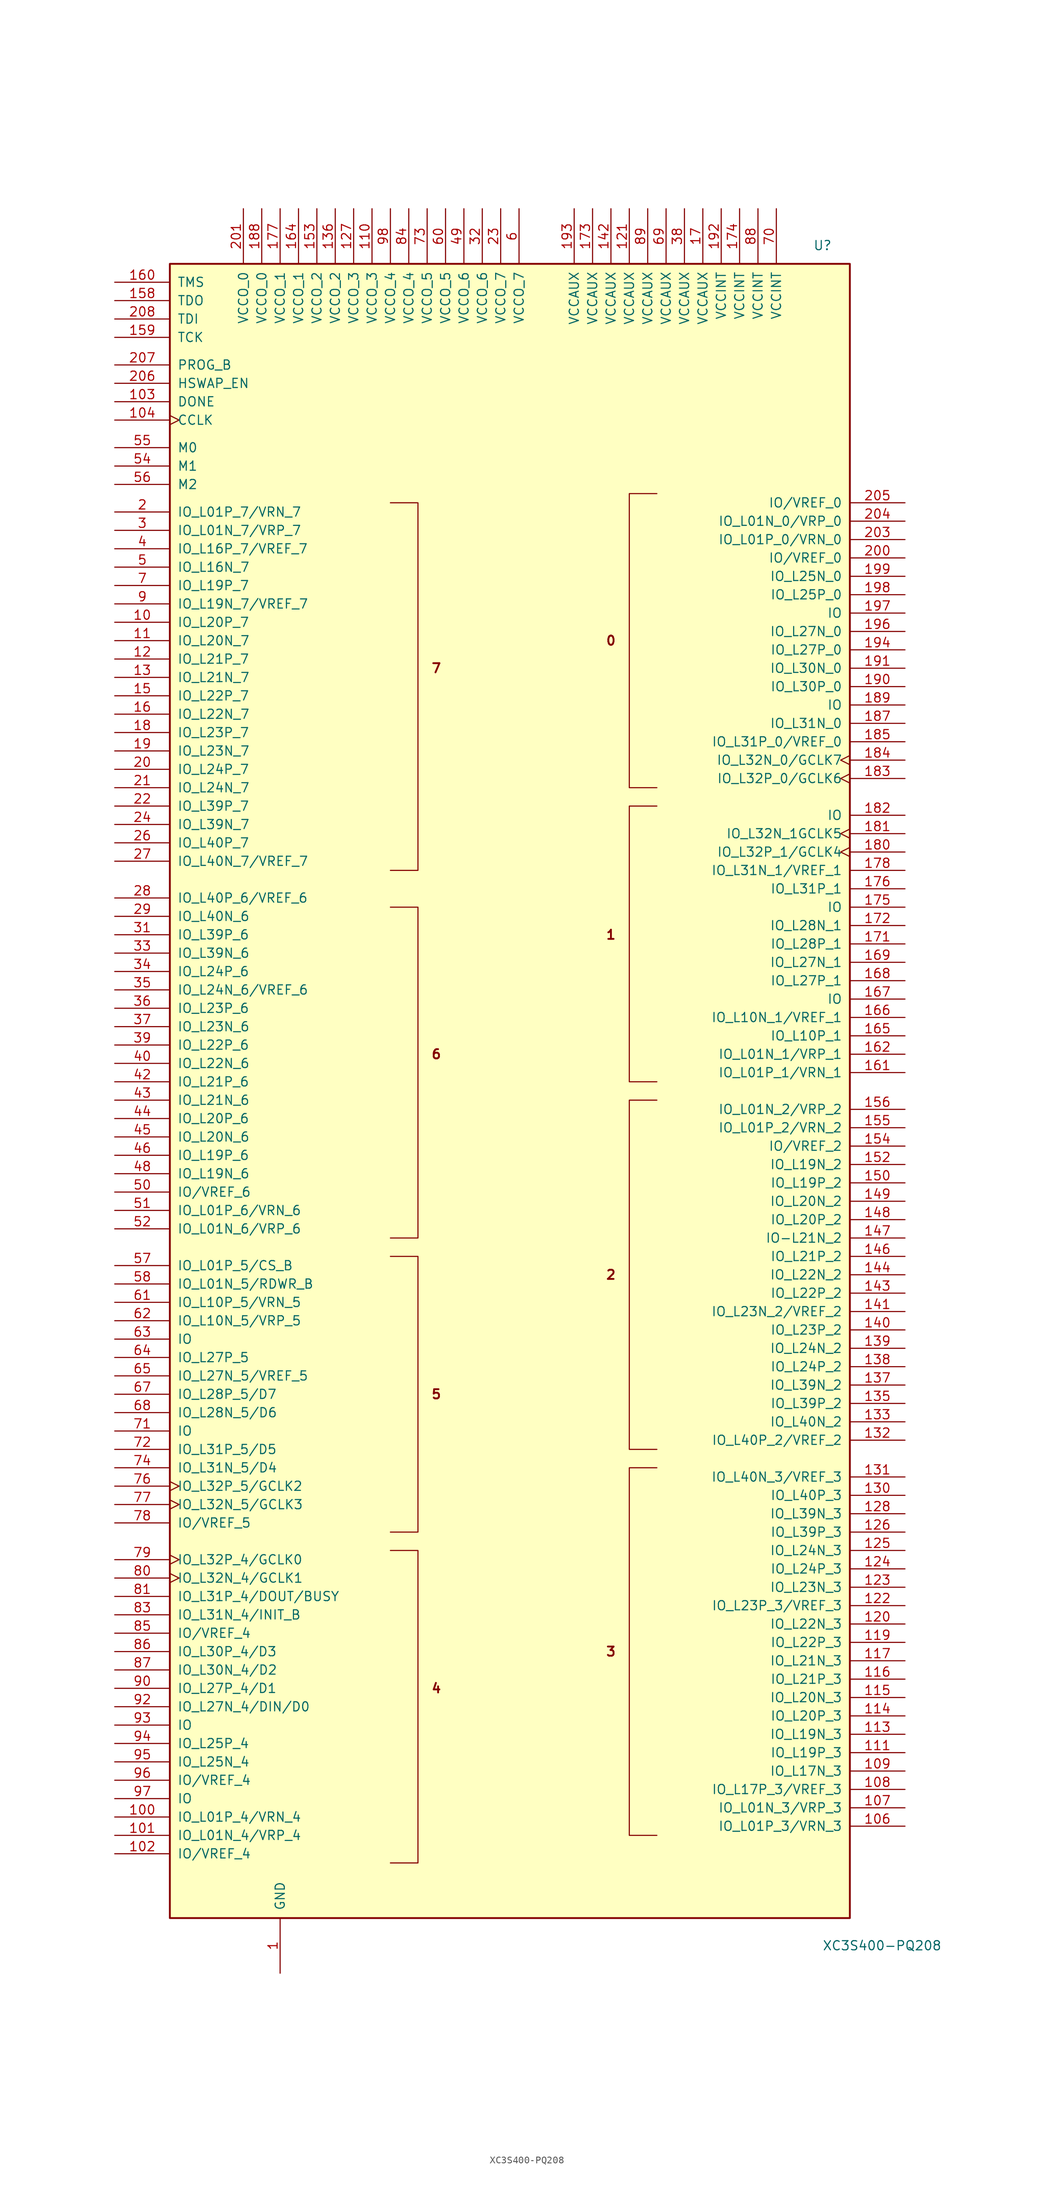
<source format=kicad_sym>
(kicad_symbol_lib
  (version 20241209)
  (generator "kicad_symbol_editor")
  (generator_version "9.0")
  (symbol "XC3S400-PQ208"
    (pin_names
      (offset 1.016))
    (property "Reference" "U"
      (at 41.91 116.84 0)
      (effects (font (size 1.27 1.27)) (justify left)))
    (property "Value" "XC3S400-PQ208"
      (at 43.18 -118.11 0)
      (effects (font (size 1.27 1.27)) (justify left)))
    (symbol "XC3S400-PQ208_0_0"
      (text "7" (at -10.16 58.42 0) (effects (font (size 1.27 1.27) (bold yes))))
      (text "6" (at -10.16 5.08 0) (effects (font (size 1.27 1.27) (bold yes))))
      (text "5" (at -10.16 -41.91 0) (effects (font (size 1.27 1.27) (bold yes))))
      (text "4" (at -10.16 -82.55 0) (effects (font (size 1.27 1.27) (bold yes))))
      (text "0" (at 13.97 62.23 0) (effects (font (size 1.27 1.27) (bold yes))))
      (text "1" (at 13.97 21.59 0) (effects (font (size 1.27 1.27) (bold yes))))
      (text "2" (at 13.97 -25.4 0) (effects (font (size 1.27 1.27) (bold yes))))
      (text "3" (at 13.97 -77.47 0) (effects (font (size 1.27 1.27) (bold yes)))))
    (symbol "XC3S400-PQ208_0_1"
      (rectangle (start -46.99 114.3) (end 46.99 -114.3) (stroke (width 0.254) (type default)) (fill (type background)))
      (polyline (pts (xy -16.51 30.48) (xy -12.7 30.48) (xy -12.7 81.28) (xy -16.51 81.28) (xy -16.51 81.28)) (stroke (width 0) (type default)) (fill (type none)))
      (polyline (pts (xy -16.51 -20.32) (xy -12.7 -20.32) (xy -12.7 25.4) (xy -16.51 25.4) (xy -16.51 25.4)) (stroke (width 0) (type default)) (fill (type none)))
      (polyline (pts (xy -16.51 -60.96) (xy -12.7 -60.96) (xy -12.7 -22.86) (xy -16.51 -22.86) (xy -16.51 -22.86)) (stroke (width 0) (type default)) (fill (type none)))
      (polyline (pts (xy -16.51 -63.5) (xy -12.7 -63.5) (xy -12.7 -106.68) (xy -16.51 -106.68) (xy -15.24 -106.68)) (stroke (width 0) (type default)) (fill (type none)))
      (polyline (pts (xy 20.32 82.55) (xy 16.51 82.55) (xy 16.51 41.91) (xy 20.32 41.91) (xy 20.32 41.91)) (stroke (width 0) (type default)) (fill (type none)))
      (polyline (pts (xy 20.32 39.37) (xy 16.51 39.37) (xy 16.51 1.27) (xy 20.32 1.27) (xy 20.32 1.27)) (stroke (width 0) (type default)) (fill (type none)))
      (polyline (pts (xy 20.32 -1.27) (xy 16.51 -1.27) (xy 16.51 -49.53) (xy 20.32 -49.53) (xy 20.32 -49.53)) (stroke (width 0) (type default)) (fill (type none)))
      (polyline (pts (xy 20.32 -52.07) (xy 16.51 -52.07) (xy 16.51 -102.87) (xy 20.32 -102.87) (xy 20.32 -102.87)) (stroke (width 0) (type default)) (fill (type none))))
    (symbol "XC3S400-PQ208_1_1"
      (pin bidirectional line (at -54.61 111.76 0) (length 7.62) (name "TMS" (effects (font (size 1.27 1.27)))) (number "160" (effects (font (size 1.27 1.27)))))
      (pin bidirectional line (at -54.61 109.22 0) (length 7.62) (name "TDO" (effects (font (size 1.27 1.27)))) (number "158" (effects (font (size 1.27 1.27)))))
      (pin bidirectional line (at -54.61 106.68 0) (length 7.62) (name "TDI" (effects (font (size 1.27 1.27)))) (number "208" (effects (font (size 1.27 1.27)))))
      (pin bidirectional line (at -54.61 104.14 0) (length 7.62) (name "TCK" (effects (font (size 1.27 1.27)))) (number "159" (effects (font (size 1.27 1.27)))))
      (pin input line (at -54.61 100.33 0) (length 7.62) (name "PROG_B" (effects (font (size 1.27 1.27)))) (number "207" (effects (font (size 1.27 1.27)))))
      (pin input line (at -54.61 97.79 0) (length 7.62) (name "HSWAP_EN" (effects (font (size 1.27 1.27)))) (number "206" (effects (font (size 1.27 1.27)))))
      (pin bidirectional line (at -54.61 95.25 0) (length 7.62) (name "DONE" (effects (font (size 1.27 1.27)))) (number "103" (effects (font (size 1.27 1.27)))))
      (pin bidirectional clock (at -54.61 92.71 0) (length 7.62) (name "CCLK" (effects (font (size 1.27 1.27)))) (number "104" (effects (font (size 1.27 1.27)))))
      (pin input line (at -54.61 88.9 0) (length 7.62) (name "M0" (effects (font (size 1.27 1.27)))) (number "55" (effects (font (size 1.27 1.27)))))
      (pin input line (at -54.61 86.36 0) (length 7.62) (name "M1" (effects (font (size 1.27 1.27)))) (number "54" (effects (font (size 1.27 1.27)))))
      (pin input line (at -54.61 83.82 0) (length 7.62) (name "M2" (effects (font (size 1.27 1.27)))) (number "56" (effects (font (size 1.27 1.27)))))
      (pin bidirectional line (at -54.61 80.01 0) (length 7.62) (name "IO_L01P_7/VRN_7" (effects (font (size 1.27 1.27)))) (number "2" (effects (font (size 1.27 1.27)))))
      (pin bidirectional line (at -54.61 77.47 0) (length 7.62) (name "IO_L01N_7/VRP_7" (effects (font (size 1.27 1.27)))) (number "3" (effects (font (size 1.27 1.27)))))
      (pin bidirectional line (at -54.61 74.93 0) (length 7.62) (name "IO_L16P_7/VREF_7" (effects (font (size 1.27 1.27)))) (number "4" (effects (font (size 1.27 1.27)))))
      (pin bidirectional line (at -54.61 72.39 0) (length 7.62) (name "IO_L16N_7" (effects (font (size 1.27 1.27)))) (number "5" (effects (font (size 1.27 1.27)))))
      (pin bidirectional line (at -54.61 69.85 0) (length 7.62) (name "IO_L19P_7" (effects (font (size 1.27 1.27)))) (number "7" (effects (font (size 1.27 1.27)))))
      (pin bidirectional line (at -54.61 67.31 0) (length 7.62) (name "IO_L19N_7/VREF_7" (effects (font (size 1.27 1.27)))) (number "9" (effects (font (size 1.27 1.27)))))
      (pin bidirectional line (at -54.61 64.77 0) (length 7.62) (name "IO_L20P_7" (effects (font (size 1.27 1.27)))) (number "10" (effects (font (size 1.27 1.27)))))
      (pin bidirectional line (at -54.61 62.23 0) (length 7.62) (name "IO_L20N_7" (effects (font (size 1.27 1.27)))) (number "11" (effects (font (size 1.27 1.27)))))
      (pin bidirectional line (at -54.61 59.69 0) (length 7.62) (name "IO_L21P_7" (effects (font (size 1.27 1.27)))) (number "12" (effects (font (size 1.27 1.27)))))
      (pin bidirectional line (at -54.61 57.15 0) (length 7.62) (name "IO_L21N_7" (effects (font (size 1.27 1.27)))) (number "13" (effects (font (size 1.27 1.27)))))
      (pin bidirectional line (at -54.61 54.61 0) (length 7.62) (name "IO_L22P_7" (effects (font (size 1.27 1.27)))) (number "15" (effects (font (size 1.27 1.27)))))
      (pin bidirectional line (at -54.61 52.07 0) (length 7.62) (name "IO_L22N_7" (effects (font (size 1.27 1.27)))) (number "16" (effects (font (size 1.27 1.27)))))
      (pin bidirectional line (at -54.61 49.53 0) (length 7.62) (name "IO_L23P_7" (effects (font (size 1.27 1.27)))) (number "18" (effects (font (size 1.27 1.27)))))
      (pin bidirectional line (at -54.61 46.99 0) (length 7.62) (name "IO_L23N_7" (effects (font (size 1.27 1.27)))) (number "19" (effects (font (size 1.27 1.27)))))
      (pin bidirectional line (at -54.61 44.45 0) (length 7.62) (name "IO_L24P_7" (effects (font (size 1.27 1.27)))) (number "20" (effects (font (size 1.27 1.27)))))
      (pin bidirectional line (at -54.61 41.91 0) (length 7.62) (name "IO_L24N_7" (effects (font (size 1.27 1.27)))) (number "21" (effects (font (size 1.27 1.27)))))
      (pin bidirectional line (at -54.61 39.37 0) (length 7.62) (name "IO_L39P_7" (effects (font (size 1.27 1.27)))) (number "22" (effects (font (size 1.27 1.27)))))
      (pin bidirectional line (at -54.61 36.83 0) (length 7.62) (name "IO_L39N_7" (effects (font (size 1.27 1.27)))) (number "24" (effects (font (size 1.27 1.27)))))
      (pin bidirectional line (at -54.61 34.29 0) (length 7.62) (name "IO_L40P_7" (effects (font (size 1.27 1.27)))) (number "26" (effects (font (size 1.27 1.27)))))
      (pin bidirectional line (at -54.61 31.75 0) (length 7.62) (name "IO_L40N_7/VREF_7" (effects (font (size 1.27 1.27)))) (number "27" (effects (font (size 1.27 1.27)))))
      (pin bidirectional line (at -54.61 26.67 0) (length 7.62) (name "IO_L40P_6/VREF_6" (effects (font (size 1.27 1.27)))) (number "28" (effects (font (size 1.27 1.27)))))
      (pin bidirectional line (at -54.61 24.13 0) (length 7.62) (name "IO_L40N_6" (effects (font (size 1.27 1.27)))) (number "29" (effects (font (size 1.27 1.27)))))
      (pin bidirectional line (at -54.61 21.59 0) (length 7.62) (name "IO_L39P_6" (effects (font (size 1.27 1.27)))) (number "31" (effects (font (size 1.27 1.27)))))
      (pin bidirectional line (at -54.61 19.05 0) (length 7.62) (name "IO_L39N_6" (effects (font (size 1.27 1.27)))) (number "33" (effects (font (size 1.27 1.27)))))
      (pin bidirectional line (at -54.61 16.51 0) (length 7.62) (name "IO_L24P_6" (effects (font (size 1.27 1.27)))) (number "34" (effects (font (size 1.27 1.27)))))
      (pin bidirectional line (at -54.61 13.97 0) (length 7.62) (name "IO_L24N_6/VREF_6" (effects (font (size 1.27 1.27)))) (number "35" (effects (font (size 1.27 1.27)))))
      (pin bidirectional line (at -54.61 11.43 0) (length 7.62) (name "IO_L23P_6" (effects (font (size 1.27 1.27)))) (number "36" (effects (font (size 1.27 1.27)))))
      (pin bidirectional line (at -54.61 8.89 0) (length 7.62) (name "IO_L23N_6" (effects (font (size 1.27 1.27)))) (number "37" (effects (font (size 1.27 1.27)))))
      (pin bidirectional line (at -54.61 6.35 0) (length 7.62) (name "IO_L22P_6" (effects (font (size 1.27 1.27)))) (number "39" (effects (font (size 1.27 1.27)))))
      (pin bidirectional line (at -54.61 3.81 0) (length 7.62) (name "IO_L22N_6" (effects (font (size 1.27 1.27)))) (number "40" (effects (font (size 1.27 1.27)))))
      (pin bidirectional line (at -54.61 1.27 0) (length 7.62) (name "IO_L21P_6" (effects (font (size 1.27 1.27)))) (number "42" (effects (font (size 1.27 1.27)))))
      (pin bidirectional line (at -54.61 -1.27 0) (length 7.62) (name "IO_L21N_6" (effects (font (size 1.27 1.27)))) (number "43" (effects (font (size 1.27 1.27)))))
      (pin bidirectional line (at -54.61 -3.81 0) (length 7.62) (name "IO_L20P_6" (effects (font (size 1.27 1.27)))) (number "44" (effects (font (size 1.27 1.27)))))
      (pin bidirectional line (at -54.61 -6.35 0) (length 7.62) (name "IO_L20N_6" (effects (font (size 1.27 1.27)))) (number "45" (effects (font (size 1.27 1.27)))))
      (pin bidirectional line (at -54.61 -8.89 0) (length 7.62) (name "IO_L19P_6" (effects (font (size 1.27 1.27)))) (number "46" (effects (font (size 1.27 1.27)))))
      (pin bidirectional line (at -54.61 -11.43 0) (length 7.62) (name "IO_L19N_6" (effects (font (size 1.27 1.27)))) (number "48" (effects (font (size 1.27 1.27)))))
      (pin bidirectional line (at -54.61 -13.97 0) (length 7.62) (name "IO/VREF_6" (effects (font (size 1.27 1.27)))) (number "50" (effects (font (size 1.27 1.27)))))
      (pin bidirectional line (at -54.61 -16.51 0) (length 7.62) (name "IO_L01P_6/VRN_6" (effects (font (size 1.27 1.27)))) (number "51" (effects (font (size 1.27 1.27)))))
      (pin bidirectional line (at -54.61 -19.05 0) (length 7.62) (name "IO_L01N_6/VRP_6" (effects (font (size 1.27 1.27)))) (number "52" (effects (font (size 1.27 1.27)))))
      (pin bidirectional line (at -54.61 -24.13 0) (length 7.62) (name "IO_L01P_5/CS_B" (effects (font (size 1.27 1.27)))) (number "57" (effects (font (size 1.27 1.27)))))
      (pin bidirectional line (at -54.61 -26.67 0) (length 7.62) (name "IO_L01N_5/RDWR_B" (effects (font (size 1.27 1.27)))) (number "58" (effects (font (size 1.27 1.27)))))
      (pin bidirectional line (at -54.61 -29.21 0) (length 7.62) (name "IO_L10P_5/VRN_5" (effects (font (size 1.27 1.27)))) (number "61" (effects (font (size 1.27 1.27)))))
      (pin bidirectional line (at -54.61 -31.75 0) (length 7.62) (name "IO_L10N_5/VRP_5" (effects (font (size 1.27 1.27)))) (number "62" (effects (font (size 1.27 1.27)))))
      (pin bidirectional line (at -54.61 -34.29 0) (length 7.62) (name "IO" (effects (font (size 1.27 1.27)))) (number "63" (effects (font (size 1.27 1.27)))))
      (pin bidirectional line (at -54.61 -36.83 0) (length 7.62) (name "IO_L27P_5" (effects (font (size 1.27 1.27)))) (number "64" (effects (font (size 1.27 1.27)))))
      (pin bidirectional line (at -54.61 -39.37 0) (length 7.62) (name "IO_L27N_5/VREF_5" (effects (font (size 1.27 1.27)))) (number "65" (effects (font (size 1.27 1.27)))))
      (pin bidirectional line (at -54.61 -41.91 0) (length 7.62) (name "IO_L28P_5/D7" (effects (font (size 1.27 1.27)))) (number "67" (effects (font (size 1.27 1.27)))))
      (pin bidirectional line (at -54.61 -44.45 0) (length 7.62) (name "IO_L28N_5/D6" (effects (font (size 1.27 1.27)))) (number "68" (effects (font (size 1.27 1.27)))))
      (pin bidirectional line (at -54.61 -46.99 0) (length 7.62) (name "IO" (effects (font (size 1.27 1.27)))) (number "71" (effects (font (size 1.27 1.27)))))
      (pin bidirectional line (at -54.61 -49.53 0) (length 7.62) (name "IO_L31P_5/D5" (effects (font (size 1.27 1.27)))) (number "72" (effects (font (size 1.27 1.27)))))
      (pin bidirectional line (at -54.61 -52.07 0) (length 7.62) (name "IO_L31N_5/D4" (effects (font (size 1.27 1.27)))) (number "74" (effects (font (size 1.27 1.27)))))
      (pin bidirectional clock (at -54.61 -54.61 0) (length 7.62) (name "IO_L32P_5/GCLK2" (effects (font (size 1.27 1.27)))) (number "76" (effects (font (size 1.27 1.27)))))
      (pin bidirectional clock (at -54.61 -57.15 0) (length 7.62) (name "IO_L32N_5/GCLK3" (effects (font (size 1.27 1.27)))) (number "77" (effects (font (size 1.27 1.27)))))
      (pin bidirectional line (at -54.61 -59.69 0) (length 7.62) (name "IO/VREF_5" (effects (font (size 1.27 1.27)))) (number "78" (effects (font (size 1.27 1.27)))))
      (pin bidirectional clock (at -54.61 -64.77 0) (length 7.62) (name "IO_L32P_4/GCLK0" (effects (font (size 1.27 1.27)))) (number "79" (effects (font (size 1.27 1.27)))))
      (pin bidirectional clock (at -54.61 -67.31 0) (length 7.62) (name "IO_L32N_4/GCLK1" (effects (font (size 1.27 1.27)))) (number "80" (effects (font (size 1.27 1.27)))))
      (pin bidirectional line (at -54.61 -69.85 0) (length 7.62) (name "IO_L31P_4/DOUT/BUSY" (effects (font (size 1.27 1.27)))) (number "81" (effects (font (size 1.27 1.27)))))
      (pin bidirectional line (at -54.61 -72.39 0) (length 7.62) (name "IO_L31N_4/INIT_B" (effects (font (size 1.27 1.27)))) (number "83" (effects (font (size 1.27 1.27)))))
      (pin bidirectional line (at -54.61 -74.93 0) (length 7.62) (name "IO/VREF_4" (effects (font (size 1.27 1.27)))) (number "85" (effects (font (size 1.27 1.27)))))
      (pin bidirectional line (at -54.61 -77.47 0) (length 7.62) (name "IO_L30P_4/D3" (effects (font (size 1.27 1.27)))) (number "86" (effects (font (size 1.27 1.27)))))
      (pin bidirectional line (at -54.61 -80.01 0) (length 7.62) (name "IO_L30N_4/D2" (effects (font (size 1.27 1.27)))) (number "87" (effects (font (size 1.27 1.27)))))
      (pin bidirectional line (at -54.61 -82.55 0) (length 7.62) (name "IO_L27P_4/D1" (effects (font (size 1.27 1.27)))) (number "90" (effects (font (size 1.27 1.27)))))
      (pin bidirectional line (at -54.61 -85.09 0) (length 7.62) (name "IO_L27N_4/DIN/D0" (effects (font (size 1.27 1.27)))) (number "92" (effects (font (size 1.27 1.27)))))
      (pin bidirectional line (at -54.61 -87.63 0) (length 7.62) (name "IO" (effects (font (size 1.27 1.27)))) (number "93" (effects (font (size 1.27 1.27)))))
      (pin bidirectional line (at -54.61 -90.17 0) (length 7.62) (name "IO_L25P_4" (effects (font (size 1.27 1.27)))) (number "94" (effects (font (size 1.27 1.27)))))
      (pin bidirectional line (at -54.61 -92.71 0) (length 7.62) (name "IO_L25N_4" (effects (font (size 1.27 1.27)))) (number "95" (effects (font (size 1.27 1.27)))))
      (pin bidirectional line (at -54.61 -95.25 0) (length 7.62) (name "IO/VREF_4" (effects (font (size 1.27 1.27)))) (number "96" (effects (font (size 1.27 1.27)))))
      (pin bidirectional line (at -54.61 -97.79 0) (length 7.62) (name "IO" (effects (font (size 1.27 1.27)))) (number "97" (effects (font (size 1.27 1.27)))))
      (pin bidirectional line (at -54.61 -100.33 0) (length 7.62) (name "IO_L01P_4/VRN_4" (effects (font (size 1.27 1.27)))) (number "100" (effects (font (size 1.27 1.27)))))
      (pin bidirectional line (at -54.61 -102.87 0) (length 7.62) (name "IO_L01N_4/VRP_4" (effects (font (size 1.27 1.27)))) (number "101" (effects (font (size 1.27 1.27)))))
      (pin bidirectional line (at -54.61 -105.41 0) (length 7.62) (name "IO/VREF_4" (effects (font (size 1.27 1.27)))) (number "102" (effects (font (size 1.27 1.27)))))
      (pin power_in line (at -36.83 121.92 270) (length 7.62) (name "VCCO_0" (effects (font (size 1.27 1.27)))) (number "201" (effects (font (size 1.27 1.27)))))
      (pin power_in line (at -34.29 121.92 270) (length 7.62) (name "VCCO_0" (effects (font (size 1.27 1.27)))) (number "188" (effects (font (size 1.27 1.27)))))
      (pin power_in line (at -31.75 121.92 270) (length 7.62) (name "VCCO_1" (effects (font (size 1.27 1.27)))) (number "177" (effects (font (size 1.27 1.27)))))
      (pin power_in line (at -31.75 -121.92 90) (length 7.62) (name "GND" (effects (font (size 1.27 1.27)))) (number "1" (effects (font (size 1.27 1.27)))))
      (pin passive line (at -31.75 -121.92 90) (length 7.62) (hide yes) (name "GND" (effects (font (size 1.27 1.27)))) (number "105" (effects (font (size 1.27 1.27)))))
      (pin passive line (at -31.75 -121.92 90) (length 7.62) (hide yes) (name "GND" (effects (font (size 1.27 1.27)))) (number "112" (effects (font (size 1.27 1.27)))))
      (pin passive line (at -31.75 -121.92 90) (length 7.62) (hide yes) (name "GND" (effects (font (size 1.27 1.27)))) (number "118" (effects (font (size 1.27 1.27)))))
      (pin passive line (at -31.75 -121.92 90) (length 7.62) (hide yes) (name "GND" (effects (font (size 1.27 1.27)))) (number "129" (effects (font (size 1.27 1.27)))))
      (pin passive line (at -31.75 -121.92 90) (length 7.62) (hide yes) (name "GND" (effects (font (size 1.27 1.27)))) (number "134" (effects (font (size 1.27 1.27)))))
      (pin passive line (at -31.75 -121.92 90) (length 7.62) (hide yes) (name "GND" (effects (font (size 1.27 1.27)))) (number "14" (effects (font (size 1.27 1.27)))))
      (pin passive line (at -31.75 -121.92 90) (length 7.62) (hide yes) (name "GND" (effects (font (size 1.27 1.27)))) (number "145" (effects (font (size 1.27 1.27)))))
      (pin passive line (at -31.75 -121.92 90) (length 7.62) (hide yes) (name "GND" (effects (font (size 1.27 1.27)))) (number "151" (effects (font (size 1.27 1.27)))))
      (pin passive line (at -31.75 -121.92 90) (length 7.62) (hide yes) (name "GND" (effects (font (size 1.27 1.27)))) (number "157" (effects (font (size 1.27 1.27)))))
      (pin passive line (at -31.75 -121.92 90) (length 7.62) (hide yes) (name "GND" (effects (font (size 1.27 1.27)))) (number "163" (effects (font (size 1.27 1.27)))))
      (pin passive line (at -31.75 -121.92 90) (length 7.62) (hide yes) (name "GND" (effects (font (size 1.27 1.27)))) (number "170" (effects (font (size 1.27 1.27)))))
      (pin passive line (at -31.75 -121.92 90) (length 7.62) (hide yes) (name "GND" (effects (font (size 1.27 1.27)))) (number "179" (effects (font (size 1.27 1.27)))))
      (pin passive line (at -31.75 -121.92 90) (length 7.62) (hide yes) (name "GND" (effects (font (size 1.27 1.27)))) (number "186" (effects (font (size 1.27 1.27)))))
      (pin passive line (at -31.75 -121.92 90) (length 7.62) (hide yes) (name "GND" (effects (font (size 1.27 1.27)))) (number "195" (effects (font (size 1.27 1.27)))))
      (pin passive line (at -31.75 -121.92 90) (length 7.62) (hide yes) (name "GND" (effects (font (size 1.27 1.27)))) (number "202" (effects (font (size 1.27 1.27)))))
      (pin passive line (at -31.75 -121.92 90) (length 7.62) (hide yes) (name "GND" (effects (font (size 1.27 1.27)))) (number "25" (effects (font (size 1.27 1.27)))))
      (pin passive line (at -31.75 -121.92 90) (length 7.62) (hide yes) (name "GND" (effects (font (size 1.27 1.27)))) (number "30" (effects (font (size 1.27 1.27)))))
      (pin passive line (at -31.75 -121.92 90) (length 7.62) (hide yes) (name "GND" (effects (font (size 1.27 1.27)))) (number "41" (effects (font (size 1.27 1.27)))))
      (pin passive line (at -31.75 -121.92 90) (length 7.62) (hide yes) (name "GND" (effects (font (size 1.27 1.27)))) (number "47" (effects (font (size 1.27 1.27)))))
      (pin passive line (at -31.75 -121.92 90) (length 7.62) (hide yes) (name "GND" (effects (font (size 1.27 1.27)))) (number "53" (effects (font (size 1.27 1.27)))))
      (pin passive line (at -31.75 -121.92 90) (length 7.62) (hide yes) (name "GND" (effects (font (size 1.27 1.27)))) (number "59" (effects (font (size 1.27 1.27)))))
      (pin passive line (at -31.75 -121.92 90) (length 7.62) (hide yes) (name "GND" (effects (font (size 1.27 1.27)))) (number "66" (effects (font (size 1.27 1.27)))))
      (pin passive line (at -31.75 -121.92 90) (length 7.62) (hide yes) (name "GND" (effects (font (size 1.27 1.27)))) (number "75" (effects (font (size 1.27 1.27)))))
      (pin passive line (at -31.75 -121.92 90) (length 7.62) (hide yes) (name "GND" (effects (font (size 1.27 1.27)))) (number "8" (effects (font (size 1.27 1.27)))))
      (pin passive line (at -31.75 -121.92 90) (length 7.62) (hide yes) (name "GND" (effects (font (size 1.27 1.27)))) (number "82" (effects (font (size 1.27 1.27)))))
      (pin passive line (at -31.75 -121.92 90) (length 7.62) (hide yes) (name "GND" (effects (font (size 1.27 1.27)))) (number "91" (effects (font (size 1.27 1.27)))))
      (pin passive line (at -31.75 -121.92 90) (length 7.62) (hide yes) (name "GND" (effects (font (size 1.27 1.27)))) (number "99" (effects (font (size 1.27 1.27)))))
      (pin power_in line (at -29.21 121.92 270) (length 7.62) (name "VCCO_1" (effects (font (size 1.27 1.27)))) (number "164" (effects (font (size 1.27 1.27)))))
      (pin power_in line (at -26.67 121.92 270) (length 7.62) (name "VCCO_2" (effects (font (size 1.27 1.27)))) (number "153" (effects (font (size 1.27 1.27)))))
      (pin power_in line (at -24.13 121.92 270) (length 7.62) (name "VCCO_2" (effects (font (size 1.27 1.27)))) (number "136" (effects (font (size 1.27 1.27)))))
      (pin power_in line (at -21.59 121.92 270) (length 7.62) (name "VCCO_3" (effects (font (size 1.27 1.27)))) (number "127" (effects (font (size 1.27 1.27)))))
      (pin power_in line (at -19.05 121.92 270) (length 7.62) (name "VCCO_3" (effects (font (size 1.27 1.27)))) (number "110" (effects (font (size 1.27 1.27)))))
      (pin power_in line (at -16.51 121.92 270) (length 7.62) (name "VCCO_4" (effects (font (size 1.27 1.27)))) (number "98" (effects (font (size 1.27 1.27)))))
      (pin power_in line (at -13.97 121.92 270) (length 7.62) (name "VCCO_4" (effects (font (size 1.27 1.27)))) (number "84" (effects (font (size 1.27 1.27)))))
      (pin power_in line (at -11.43 121.92 270) (length 7.62) (name "VCCO_5" (effects (font (size 1.27 1.27)))) (number "73" (effects (font (size 1.27 1.27)))))
      (pin power_in line (at -8.89 121.92 270) (length 7.62) (name "VCCO_5" (effects (font (size 1.27 1.27)))) (number "60" (effects (font (size 1.27 1.27)))))
      (pin passive line (at -6.35 121.92 270) (length 7.62) (name "VCCO_6" (effects (font (size 1.27 1.27)))) (number "49" (effects (font (size 1.27 1.27)))))
      (pin power_in line (at -3.81 121.92 270) (length 7.62) (name "VCCO_6" (effects (font (size 1.27 1.27)))) (number "32" (effects (font (size 1.27 1.27)))))
      (pin power_in line (at -1.27 121.92 270) (length 7.62) (name "VCCO_7" (effects (font (size 1.27 1.27)))) (number "23" (effects (font (size 1.27 1.27)))))
      (pin power_in line (at 1.27 121.92 270) (length 7.62) (name "VCCO_7" (effects (font (size 1.27 1.27)))) (number "6" (effects (font (size 1.27 1.27)))))
      (pin power_in line (at 8.89 121.92 270) (length 7.62) (name "VCCAUX" (effects (font (size 1.27 1.27)))) (number "193" (effects (font (size 1.27 1.27)))))
      (pin power_in line (at 11.43 121.92 270) (length 7.62) (name "VCCAUX" (effects (font (size 1.27 1.27)))) (number "173" (effects (font (size 1.27 1.27)))))
      (pin power_in line (at 13.97 121.92 270) (length 7.62) (name "VCCAUX" (effects (font (size 1.27 1.27)))) (number "142" (effects (font (size 1.27 1.27)))))
      (pin power_in line (at 16.51 121.92 270) (length 7.62) (name "VCCAUX" (effects (font (size 1.27 1.27)))) (number "121" (effects (font (size 1.27 1.27)))))
      (pin power_in line (at 19.05 121.92 270) (length 7.62) (name "VCCAUX" (effects (font (size 1.27 1.27)))) (number "89" (effects (font (size 1.27 1.27)))))
      (pin power_in line (at 21.59 121.92 270) (length 7.62) (name "VCCAUX" (effects (font (size 1.27 1.27)))) (number "69" (effects (font (size 1.27 1.27)))))
      (pin power_in line (at 24.13 121.92 270) (length 7.62) (name "VCCAUX" (effects (font (size 1.27 1.27)))) (number "38" (effects (font (size 1.27 1.27)))))
      (pin power_in line (at 26.67 121.92 270) (length 7.62) (name "VCCAUX" (effects (font (size 1.27 1.27)))) (number "17" (effects (font (size 1.27 1.27)))))
      (pin power_in line (at 29.21 121.92 270) (length 7.62) (name "VCCINT" (effects (font (size 1.27 1.27)))) (number "192" (effects (font (size 1.27 1.27)))))
      (pin power_in line (at 31.75 121.92 270) (length 7.62) (name "VCCINT" (effects (font (size 1.27 1.27)))) (number "174" (effects (font (size 1.27 1.27)))))
      (pin power_in line (at 34.29 121.92 270) (length 7.62) (name "VCCINT" (effects (font (size 1.27 1.27)))) (number "88" (effects (font (size 1.27 1.27)))))
      (pin power_in line (at 36.83 121.92 270) (length 7.62) (name "VCCINT" (effects (font (size 1.27 1.27)))) (number "70" (effects (font (size 1.27 1.27)))))
      (pin bidirectional line (at 54.61 81.28 180) (length 7.62) (name "IO/VREF_0" (effects (font (size 1.27 1.27)))) (number "205" (effects (font (size 1.27 1.27)))))
      (pin bidirectional line (at 54.61 78.74 180) (length 7.62) (name "IO_L01N_0/VRP_0" (effects (font (size 1.27 1.27)))) (number "204" (effects (font (size 1.27 1.27)))))
      (pin bidirectional line (at 54.61 76.2 180) (length 7.62) (name "IO_L01P_0/VRN_0" (effects (font (size 1.27 1.27)))) (number "203" (effects (font (size 1.27 1.27)))))
      (pin bidirectional line (at 54.61 73.66 180) (length 7.62) (name "IO/VREF_0" (effects (font (size 1.27 1.27)))) (number "200" (effects (font (size 1.27 1.27)))))
      (pin bidirectional line (at 54.61 71.12 180) (length 7.62) (name "IO_L25N_0" (effects (font (size 1.27 1.27)))) (number "199" (effects (font (size 1.27 1.27)))))
      (pin bidirectional line (at 54.61 68.58 180) (length 7.62) (name "IO_L25P_0" (effects (font (size 1.27 1.27)))) (number "198" (effects (font (size 1.27 1.27)))))
      (pin bidirectional line (at 54.61 66.04 180) (length 7.62) (name "IO" (effects (font (size 1.27 1.27)))) (number "197" (effects (font (size 1.27 1.27)))))
      (pin bidirectional line (at 54.61 63.5 180) (length 7.62) (name "IO_L27N_0" (effects (font (size 1.27 1.27)))) (number "196" (effects (font (size 1.27 1.27)))))
      (pin bidirectional line (at 54.61 60.96 180) (length 7.62) (name "IO_L27P_0" (effects (font (size 1.27 1.27)))) (number "194" (effects (font (size 1.27 1.27)))))
      (pin bidirectional line (at 54.61 58.42 180) (length 7.62) (name "IO_L30N_0" (effects (font (size 1.27 1.27)))) (number "191" (effects (font (size 1.27 1.27)))))
      (pin bidirectional line (at 54.61 55.88 180) (length 7.62) (name "IO_L30P_0" (effects (font (size 1.27 1.27)))) (number "190" (effects (font (size 1.27 1.27)))))
      (pin bidirectional line (at 54.61 53.34 180) (length 7.62) (name "IO" (effects (font (size 1.27 1.27)))) (number "189" (effects (font (size 1.27 1.27)))))
      (pin bidirectional line (at 54.61 50.8 180) (length 7.62) (name "IO_L31N_0" (effects (font (size 1.27 1.27)))) (number "187" (effects (font (size 1.27 1.27)))))
      (pin bidirectional line (at 54.61 48.26 180) (length 7.62) (name "IO_L31P_0/VREF_0" (effects (font (size 1.27 1.27)))) (number "185" (effects (font (size 1.27 1.27)))))
      (pin bidirectional clock (at 54.61 45.72 180) (length 7.62) (name "IO_L32N_0/GCLK7" (effects (font (size 1.27 1.27)))) (number "184" (effects (font (size 1.27 1.27)))))
      (pin bidirectional clock (at 54.61 43.18 180) (length 7.62) (name "IO_L32P_0/GCLK6" (effects (font (size 1.27 1.27)))) (number "183" (effects (font (size 1.27 1.27)))))
      (pin bidirectional line (at 54.61 38.1 180) (length 7.62) (name "IO" (effects (font (size 1.27 1.27)))) (number "182" (effects (font (size 1.27 1.27)))))
      (pin bidirectional clock (at 54.61 35.56 180) (length 7.62) (name "IO_L32N_1GCLK5" (effects (font (size 1.27 1.27)))) (number "181" (effects (font (size 1.27 1.27)))))
      (pin bidirectional clock (at 54.61 33.02 180) (length 7.62) (name "IO_L32P_1/GCLK4" (effects (font (size 1.27 1.27)))) (number "180" (effects (font (size 1.27 1.27)))))
      (pin bidirectional line (at 54.61 30.48 180) (length 7.62) (name "IO_L31N_1/VREF_1" (effects (font (size 1.27 1.27)))) (number "178" (effects (font (size 1.27 1.27)))))
      (pin bidirectional line (at 54.61 27.94 180) (length 7.62) (name "IO_L31P_1" (effects (font (size 1.27 1.27)))) (number "176" (effects (font (size 1.27 1.27)))))
      (pin bidirectional line (at 54.61 25.4 180) (length 7.62) (name "IO" (effects (font (size 1.27 1.27)))) (number "175" (effects (font (size 1.27 1.27)))))
      (pin bidirectional line (at 54.61 22.86 180) (length 7.62) (name "IO_L28N_1" (effects (font (size 1.27 1.27)))) (number "172" (effects (font (size 1.27 1.27)))))
      (pin bidirectional line (at 54.61 20.32 180) (length 7.62) (name "IO_L28P_1" (effects (font (size 1.27 1.27)))) (number "171" (effects (font (size 1.27 1.27)))))
      (pin bidirectional line (at 54.61 17.78 180) (length 7.62) (name "IO_L27N_1" (effects (font (size 1.27 1.27)))) (number "169" (effects (font (size 1.27 1.27)))))
      (pin bidirectional line (at 54.61 15.24 180) (length 7.62) (name "IO_L27P_1" (effects (font (size 1.27 1.27)))) (number "168" (effects (font (size 1.27 1.27)))))
      (pin bidirectional line (at 54.61 12.7 180) (length 7.62) (name "IO" (effects (font (size 1.27 1.27)))) (number "167" (effects (font (size 1.27 1.27)))))
      (pin bidirectional line (at 54.61 10.16 180) (length 7.62) (name "IO_L10N_1/VREF_1" (effects (font (size 1.27 1.27)))) (number "166" (effects (font (size 1.27 1.27)))))
      (pin bidirectional line (at 54.61 7.62 180) (length 7.62) (name "IO_L10P_1" (effects (font (size 1.27 1.27)))) (number "165" (effects (font (size 1.27 1.27)))))
      (pin bidirectional line (at 54.61 5.08 180) (length 7.62) (name "IO_L01N_1/VRP_1" (effects (font (size 1.27 1.27)))) (number "162" (effects (font (size 1.27 1.27)))))
      (pin bidirectional line (at 54.61 2.54 180) (length 7.62) (name "IO_L01P_1/VRN_1" (effects (font (size 1.27 1.27)))) (number "161" (effects (font (size 1.27 1.27)))))
      (pin bidirectional line (at 54.61 -2.54 180) (length 7.62) (name "IO_L01N_2/VRP_2" (effects (font (size 1.27 1.27)))) (number "156" (effects (font (size 1.27 1.27)))))
      (pin bidirectional line (at 54.61 -5.08 180) (length 7.62) (name "IO_L01P_2/VRN_2" (effects (font (size 1.27 1.27)))) (number "155" (effects (font (size 1.27 1.27)))))
      (pin bidirectional line (at 54.61 -7.62 180) (length 7.62) (name "IO/VREF_2" (effects (font (size 1.27 1.27)))) (number "154" (effects (font (size 1.27 1.27)))))
      (pin bidirectional line (at 54.61 -10.16 180) (length 7.62) (name "IO_L19N_2" (effects (font (size 1.27 1.27)))) (number "152" (effects (font (size 1.27 1.27)))))
      (pin bidirectional line (at 54.61 -12.7 180) (length 7.62) (name "IO_L19P_2" (effects (font (size 1.27 1.27)))) (number "150" (effects (font (size 1.27 1.27)))))
      (pin bidirectional line (at 54.61 -15.24 180) (length 7.62) (name "IO_L20N_2" (effects (font (size 1.27 1.27)))) (number "149" (effects (font (size 1.27 1.27)))))
      (pin bidirectional line (at 54.61 -17.78 180) (length 7.62) (name "IO_L20P_2" (effects (font (size 1.27 1.27)))) (number "148" (effects (font (size 1.27 1.27)))))
      (pin bidirectional line (at 54.61 -20.32 180) (length 7.62) (name "IO-L21N_2" (effects (font (size 1.27 1.27)))) (number "147" (effects (font (size 1.27 1.27)))))
      (pin bidirectional line (at 54.61 -22.86 180) (length 7.62) (name "IO_L21P_2" (effects (font (size 1.27 1.27)))) (number "146" (effects (font (size 1.27 1.27)))))
      (pin bidirectional line (at 54.61 -25.4 180) (length 7.62) (name "IO_L22N_2" (effects (font (size 1.27 1.27)))) (number "144" (effects (font (size 1.27 1.27)))))
      (pin bidirectional line (at 54.61 -27.94 180) (length 7.62) (name "IO_L22P_2" (effects (font (size 1.27 1.27)))) (number "143" (effects (font (size 1.27 1.27)))))
      (pin bidirectional line (at 54.61 -30.48 180) (length 7.62) (name "IO_L23N_2/VREF_2" (effects (font (size 1.27 1.27)))) (number "141" (effects (font (size 1.27 1.27)))))
      (pin bidirectional line (at 54.61 -33.02 180) (length 7.62) (name "IO_L23P_2" (effects (font (size 1.27 1.27)))) (number "140" (effects (font (size 1.27 1.27)))))
      (pin bidirectional line (at 54.61 -35.56 180) (length 7.62) (name "IO_L24N_2" (effects (font (size 1.27 1.27)))) (number "139" (effects (font (size 1.27 1.27)))))
      (pin bidirectional line (at 54.61 -38.1 180) (length 7.62) (name "IO_L24P_2" (effects (font (size 1.27 1.27)))) (number "138" (effects (font (size 1.27 1.27)))))
      (pin bidirectional line (at 54.61 -40.64 180) (length 7.62) (name "IO_L39N_2" (effects (font (size 1.27 1.27)))) (number "137" (effects (font (size 1.27 1.27)))))
      (pin bidirectional line (at 54.61 -43.18 180) (length 7.62) (name "IO_L39P_2" (effects (font (size 1.27 1.27)))) (number "135" (effects (font (size 1.27 1.27)))))
      (pin bidirectional line (at 54.61 -45.72 180) (length 7.62) (name "IO_L40N_2" (effects (font (size 1.27 1.27)))) (number "133" (effects (font (size 1.27 1.27)))))
      (pin bidirectional line (at 54.61 -48.26 180) (length 7.62) (name "IO_L40P_2/VREF_2" (effects (font (size 1.27 1.27)))) (number "132" (effects (font (size 1.27 1.27)))))
      (pin bidirectional line (at 54.61 -53.34 180) (length 7.62) (name "IO_L40N_3/VREF_3" (effects (font (size 1.27 1.27)))) (number "131" (effects (font (size 1.27 1.27)))))
      (pin bidirectional line (at 54.61 -55.88 180) (length 7.62) (name "IO_L40P_3" (effects (font (size 1.27 1.27)))) (number "130" (effects (font (size 1.27 1.27)))))
      (pin bidirectional line (at 54.61 -58.42 180) (length 7.62) (name "IO_L39N_3" (effects (font (size 1.27 1.27)))) (number "128" (effects (font (size 1.27 1.27)))))
      (pin bidirectional line (at 54.61 -60.96 180) (length 7.62) (name "IO_L39P_3" (effects (font (size 1.27 1.27)))) (number "126" (effects (font (size 1.27 1.27)))))
      (pin bidirectional line (at 54.61 -63.5 180) (length 7.62) (name "IO_L24N_3" (effects (font (size 1.27 1.27)))) (number "125" (effects (font (size 1.27 1.27)))))
      (pin bidirectional line (at 54.61 -66.04 180) (length 7.62) (name "IO_L24P_3" (effects (font (size 1.27 1.27)))) (number "124" (effects (font (size 1.27 1.27)))))
      (pin bidirectional line (at 54.61 -68.58 180) (length 7.62) (name "IO_L23N_3" (effects (font (size 1.27 1.27)))) (number "123" (effects (font (size 1.27 1.27)))))
      (pin bidirectional line (at 54.61 -71.12 180) (length 7.62) (name "IO_L23P_3/VREF_3" (effects (font (size 1.27 1.27)))) (number "122" (effects (font (size 1.27 1.27)))))
      (pin bidirectional line (at 54.61 -73.66 180) (length 7.62) (name "IO_L22N_3" (effects (font (size 1.27 1.27)))) (number "120" (effects (font (size 1.27 1.27)))))
      (pin bidirectional line (at 54.61 -76.2 180) (length 7.62) (name "IO_L22P_3" (effects (font (size 1.27 1.27)))) (number "119" (effects (font (size 1.27 1.27)))))
      (pin bidirectional line (at 54.61 -78.74 180) (length 7.62) (name "IO_L21N_3" (effects (font (size 1.27 1.27)))) (number "117" (effects (font (size 1.27 1.27)))))
      (pin bidirectional line (at 54.61 -81.28 180) (length 7.62) (name "IO_L21P_3" (effects (font (size 1.27 1.27)))) (number "116" (effects (font (size 1.27 1.27)))))
      (pin bidirectional line (at 54.61 -83.82 180) (length 7.62) (name "IO_L20N_3" (effects (font (size 1.27 1.27)))) (number "115" (effects (font (size 1.27 1.27)))))
      (pin bidirectional line (at 54.61 -86.36 180) (length 7.62) (name "IO_L20P_3" (effects (font (size 1.27 1.27)))) (number "114" (effects (font (size 1.27 1.27)))))
      (pin bidirectional line (at 54.61 -88.9 180) (length 7.62) (name "IO_L19N_3" (effects (font (size 1.27 1.27)))) (number "113" (effects (font (size 1.27 1.27)))))
      (pin bidirectional line (at 54.61 -91.44 180) (length 7.62) (name "IO_L19P_3" (effects (font (size 1.27 1.27)))) (number "111" (effects (font (size 1.27 1.27)))))
      (pin bidirectional line (at 54.61 -93.98 180) (length 7.62) (name "IO_L17N_3" (effects (font (size 1.27 1.27)))) (number "109" (effects (font (size 1.27 1.27)))))
      (pin bidirectional line (at 54.61 -96.52 180) (length 7.62) (name "IO_L17P_3/VREF_3" (effects (font (size 1.27 1.27)))) (number "108" (effects (font (size 1.27 1.27)))))
      (pin bidirectional line (at 54.61 -99.06 180) (length 7.62) (name "IO_L01N_3/VRP_3" (effects (font (size 1.27 1.27)))) (number "107" (effects (font (size 1.27 1.27)))))
      (pin bidirectional line (at 54.61 -101.6 180) (length 7.62) (name "IO_L01P_3/VRN_3" (effects (font (size 1.27 1.27)))) (number "106" (effects (font (size 1.27 1.27))))))))
</source>
